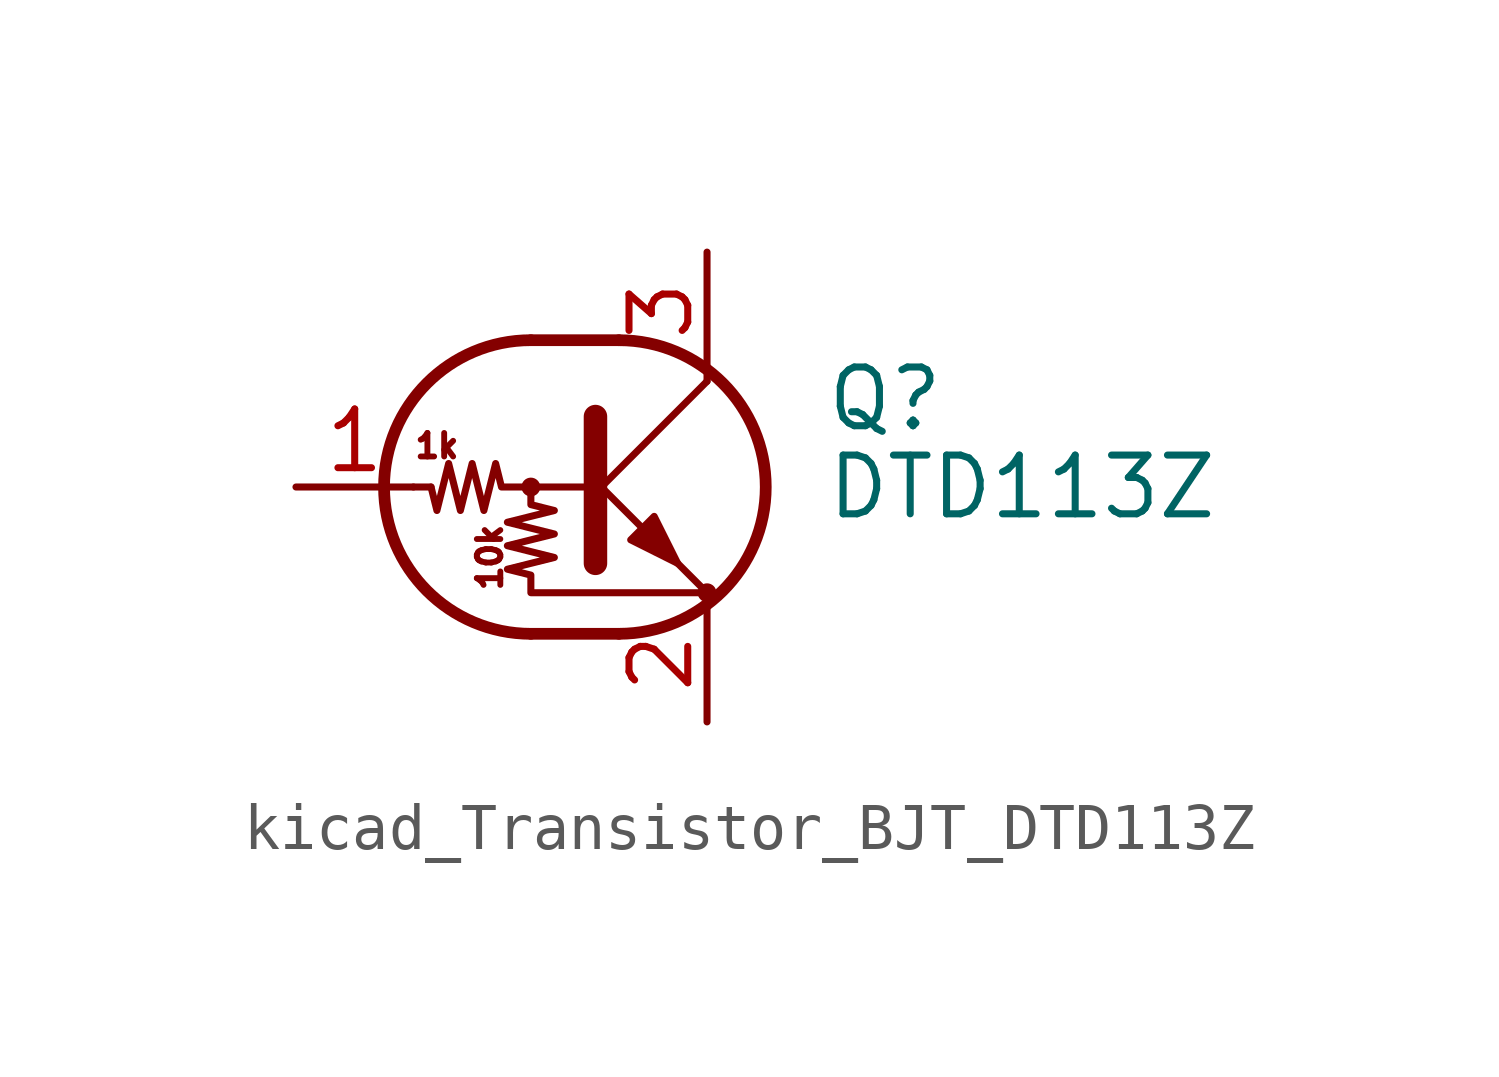
<source format=kicad_sym>
(kicad_symbol_lib
  (version 20220914)
  (generator kicad_symbol_editor)
  (symbol "kicad_Transistor_BJT_DTD113Z"
    (pin_names
      (offset 0) hide)
    (property "Reference" "Q"
      (at 5.08 1.905 0)
      (effects (font (size 1.27 1.27)) (justify left)))
    (property "Value" "DTD113Z"
      (at 5.08 0 0)
      (effects (font (size 1.27 1.27)) (justify left)))
    (symbol "kicad_Transistor_BJT_DTD113Z_0_0"
      (text "10k" (at -2.159 -1.524 900) (effects (font (size 0.508 0.508))))
      (text "1k" (at -3.302 0.889 0) (effects (font (size 0.508 0.508)))))
    (symbol "kicad_Transistor_BJT_DTD113Z_0_1"
      (circle (center -1.27 0) (radius 0.127) (stroke (width 0) (type default)) (fill (type none)))
      (arc (start -1.27 3.175) (mid -4.4312 0) (end -1.27 -3.175) (stroke (width 0.254) (type default)) (fill (type none)))
      (polyline (pts (xy -3.429 0) (xy -3.81 0)) (stroke (width 0) (type default)) (fill (type none)))
      (polyline (pts (xy -1.27 -3.175) (xy 0.635 -3.175)) (stroke (width 0.254) (type default)) (fill (type none)))
      (polyline (pts (xy -1.27 3.175) (xy 0.635 3.175)) (stroke (width 0.254) (type default)) (fill (type none)))
      (polyline (pts (xy 0 -0.254) (xy 2.54 2.286)) (stroke (width 0) (type default)) (fill (type none)))
      (polyline (pts (xy 0.127 1.524) (xy 0.127 -1.651)) (stroke (width 0.508) (type default)) (fill (type outline)))
      (polyline (pts (xy 2.54 2.286) (xy 2.54 2.54)) (stroke (width 0) (type default)) (fill (type none)))
      (polyline (pts (xy 2.54 -2.286) (xy 0 0.254) (xy 0 0.254)) (stroke (width 0) (type default)) (fill (type none)))
      (polyline (pts (xy 0.889 -1.143) (xy 1.397 -0.635) (xy 1.905 -1.651) (xy 0.889 -1.143)) (stroke (width 0) (type default)) (fill (type outline)))
      (polyline (pts (xy 0 0) (xy -1.905 0) (xy -2.032 0.508) (xy -2.286 -0.508) (xy -2.54 0.508) (xy -2.794 -0.508) (xy -3.048 0.508) (xy -3.302 -0.508) (xy -3.429 0)) (stroke (width 0) (type default)) (fill (type none)))
      (polyline (pts (xy -1.27 0) (xy -1.27 -0.381) (xy -0.762 -0.508) (xy -1.778 -0.762) (xy -0.762 -1.016) (xy -1.778 -1.27) (xy -0.762 -1.524) (xy -1.778 -1.778) (xy -1.27 -1.905) (xy -1.27 -2.286) (xy 2.54 -2.286)) (stroke (width 0) (type default)) (fill (type none)))
      (arc (start 0.635 -3.175) (mid 3.7962 0) (end 0.635 3.175) (stroke (width 0.254) (type default)) (fill (type none)))
      (circle (center 2.54 -2.286) (radius 0.127) (stroke (width 0) (type default)) (fill (type none))))
    (symbol "kicad_Transistor_BJT_DTD113Z_1_1"
      (pin input line (at -6.35 0 0) (length 2.54) (name "B" (effects (font (size 1.27 1.27)))) (number "1" (effects (font (size 1.27 1.27)))))
      (pin passive line (at 2.54 -5.08 90) (length 2.54) (name "E" (effects (font (size 1.27 1.27)))) (number "2" (effects (font (size 1.27 1.27)))))
      (pin passive line (at 2.54 5.08 270) (length 2.54) (name "C" (effects (font (size 1.27 1.27)))) (number "3" (effects (font (size 1.27 1.27))))))))
</source>
